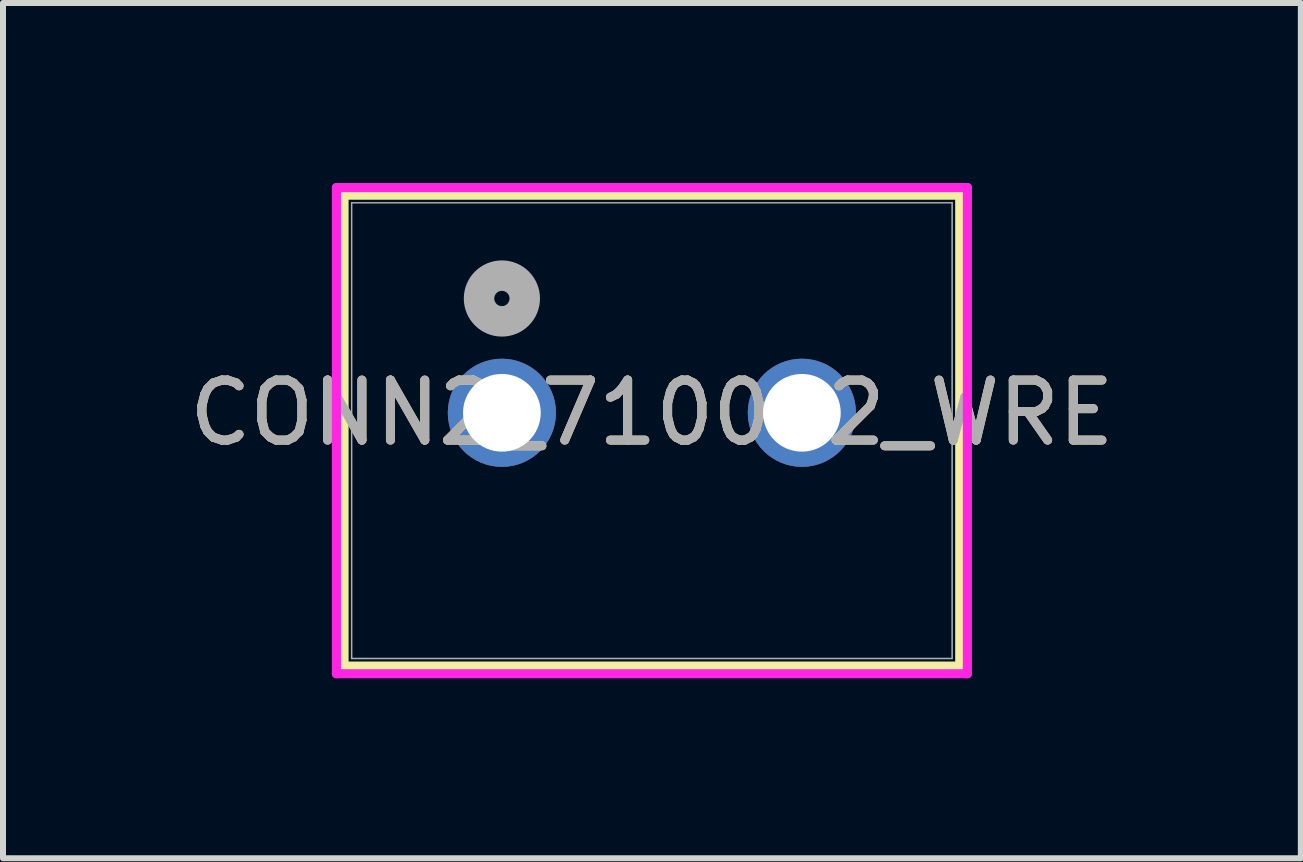
<source format=kicad_pcb>
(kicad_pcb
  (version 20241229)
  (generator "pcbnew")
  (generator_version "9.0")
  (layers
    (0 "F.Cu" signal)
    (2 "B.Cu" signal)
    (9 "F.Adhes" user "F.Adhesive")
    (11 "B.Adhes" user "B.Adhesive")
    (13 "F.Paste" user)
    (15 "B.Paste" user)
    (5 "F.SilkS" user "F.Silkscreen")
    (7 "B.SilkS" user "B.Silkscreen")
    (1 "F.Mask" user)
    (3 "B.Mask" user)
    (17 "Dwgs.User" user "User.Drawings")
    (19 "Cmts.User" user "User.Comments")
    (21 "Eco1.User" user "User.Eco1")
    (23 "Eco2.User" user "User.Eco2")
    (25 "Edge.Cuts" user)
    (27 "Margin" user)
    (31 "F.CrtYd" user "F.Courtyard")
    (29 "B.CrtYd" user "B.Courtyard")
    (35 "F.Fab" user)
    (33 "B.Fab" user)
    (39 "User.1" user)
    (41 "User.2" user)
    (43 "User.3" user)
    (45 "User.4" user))
  (footprint "CONN2_710002_WRE"
    (layer "F.Cu")
    (at 5.315 3.83)
    (property "Reference" "CONN2_710002_WRE" (at 2.5 0 0) (unlocked yes) (layer "F.SilkS") (effects (font (size 1 1) (thickness 0.15))))
    (attr through_hole)
    (fp_line (start -2.631 -3.627) (end -2.631 4.222) (stroke (width 0.152) (type solid)) (layer "F.SilkS"))
    (fp_line (start -2.631 4.222) (end 7.631 4.222) (stroke (width 0.152) (type solid)) (layer "F.SilkS"))
    (fp_line (start 7.631 -3.627) (end -2.631 -3.627) (stroke (width 0.152) (type solid)) (layer "F.SilkS"))
    (fp_line (start 7.631 4.222) (end 7.631 -3.627) (stroke (width 0.152) (type solid)) (layer "F.SilkS"))
    (fp_line (start -2.758 -3.754) (end -2.758 4.349) (stroke (width 0.152) (type solid)) (layer "F.CrtYd"))
    (fp_line (start -2.758 4.349) (end 7.758 4.349) (stroke (width 0.152) (type solid)) (layer "F.CrtYd"))
    (fp_line (start 7.758 -3.754) (end -2.758 -3.754) (stroke (width 0.152) (type solid)) (layer "F.CrtYd"))
    (fp_line (start 7.758 4.349) (end 7.758 -3.754) (stroke (width 0.152) (type solid)) (layer "F.CrtYd"))
    (fp_line (start -2.504 -3.5) (end -2.504 4.095) (stroke (width 0.025) (type solid)) (layer "F.Fab"))
    (fp_line (start -2.504 4.095) (end 7.504 4.095) (stroke (width 0.025) (type solid)) (layer "F.Fab"))
    (fp_line (start 7.504 -3.5) (end -2.504 -3.5) (stroke (width 0.025) (type solid)) (layer "F.Fab"))
    (fp_line (start 7.504 4.095) (end 7.504 -3.5) (stroke (width 0.025) (type solid)) (layer "F.Fab"))
    (fp_circle (center 0 -1.905) (end 0.381 -1.905) (stroke (width 0.508) (type solid)) (fill no) (layer "F.Fab"))
    (fp_text user "${REFERENCE}" (at 2.5 0 0) (unlocked yes) (layer "F.Fab") (effects (font (size 1 1) (thickness 0.15))))
    (pad "1" thru_hole circle (at 0 0) (size 1.803 1.803) (drill 1.295) (layers "*.Cu" "*.Mask"))
    (pad "2" thru_hole circle (at 5 0) (size 1.803 1.803) (drill 1.295) (layers "*.Cu" "*.Mask")))
  (gr_rect
    (start -3 -3)
    (end 18.631 11.255)
    (stroke (width 0.1) (type default))
    (fill no)
    (layer "Edge.Cuts")))
</source>
